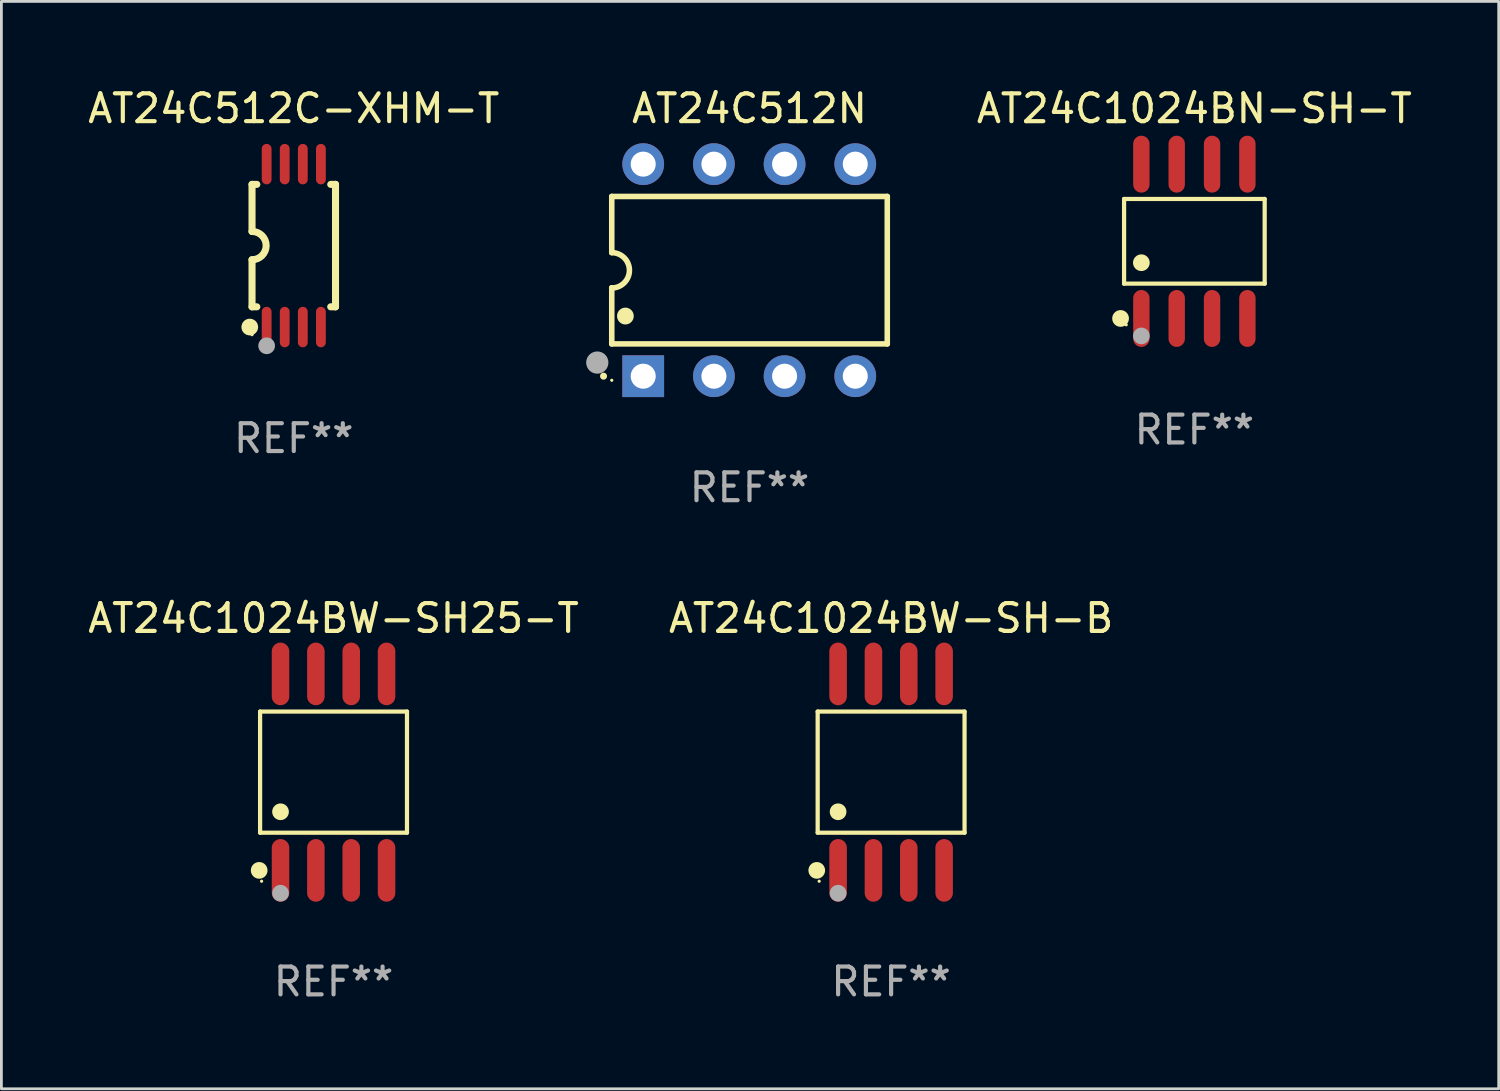
<source format=kicad_pcb>
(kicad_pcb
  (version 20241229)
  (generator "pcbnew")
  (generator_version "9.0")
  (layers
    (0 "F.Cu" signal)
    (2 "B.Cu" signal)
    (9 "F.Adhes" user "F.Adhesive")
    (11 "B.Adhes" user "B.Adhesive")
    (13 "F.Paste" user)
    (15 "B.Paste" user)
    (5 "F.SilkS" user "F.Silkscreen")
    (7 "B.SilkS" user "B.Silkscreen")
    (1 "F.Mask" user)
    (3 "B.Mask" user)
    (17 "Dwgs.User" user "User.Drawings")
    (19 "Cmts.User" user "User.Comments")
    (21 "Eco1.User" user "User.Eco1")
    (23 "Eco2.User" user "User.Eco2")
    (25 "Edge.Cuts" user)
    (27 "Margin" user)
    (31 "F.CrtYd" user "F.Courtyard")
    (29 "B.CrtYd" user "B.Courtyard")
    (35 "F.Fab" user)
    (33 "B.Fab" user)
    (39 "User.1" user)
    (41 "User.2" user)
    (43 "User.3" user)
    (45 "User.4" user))
  (footprint "AT24C1024BW-SH-B"
    (layer "F.Cu")
    (at 28.97 24.695)
    (property "Reference" "AT24C1024BW-SH-B" (at 0 -5.53 0) (layer "F.SilkS") (effects (font (size 1 1) (thickness 0.15))))
    (attr through_hole)
    (fp_line (start -2.639 -2.176) (end 2.639 -2.176) (stroke (width 0.152) (type solid)) (layer "F.SilkS"))
    (fp_line (start -2.639 2.176) (end -2.639 -2.176) (stroke (width 0.152) (type solid)) (layer "F.SilkS"))
    (fp_line (start 2.639 -2.176) (end 2.639 2.176) (stroke (width 0.152) (type solid)) (layer "F.SilkS"))
    (fp_line (start 2.639 2.176) (end -2.639 2.176) (stroke (width 0.152) (type solid)) (layer "F.SilkS"))
    (fp_circle (center -2.672 3.53) (end -2.522 3.53) (stroke (width 0.3) (type solid)) (fill no) (layer "F.SilkS"))
    (fp_circle (center -2.585 3.92) (end -2.555 3.92) (stroke (width 0.06) (type solid)) (fill no) (layer "F.SilkS"))
    (fp_circle (center -1.905 1.424) (end -1.755 1.424) (stroke (width 0.3) (type solid)) (fill no) (layer "F.SilkS"))
    (fp_circle (center -1.905 4.35) (end -1.755 4.35) (stroke (width 0.3) (type solid)) (fill no) (layer "F.Fab"))
    (fp_text user "REF**" (at 0 7.53 0) (layer "F.Fab") (effects (font (size 1 1) (thickness 0.15))))
    (pad "1" smd oval (at -1.905 3.53) (size 0.63 2.25) (layers "F.Cu" "F.Mask" "F.Paste"))
    (pad "2" smd oval (at -0.635 3.53) (size 0.63 2.25) (layers "F.Cu" "F.Mask" "F.Paste"))
    (pad "3" smd oval (at 0.635 3.53) (size 0.63 2.25) (layers "F.Cu" "F.Mask" "F.Paste"))
    (pad "4" smd oval (at 1.905 3.53) (size 0.63 2.25) (layers "F.Cu" "F.Mask" "F.Paste"))
    (pad "5" smd oval (at 1.905 -3.53) (size 0.63 2.25) (layers "F.Cu" "F.Mask" "F.Paste"))
    (pad "6" smd oval (at 0.635 -3.53) (size 0.63 2.25) (layers "F.Cu" "F.Mask" "F.Paste"))
    (pad "7" smd oval (at -0.635 -3.53) (size 0.63 2.25) (layers "F.Cu" "F.Mask" "F.Paste"))
    (pad "8" smd oval (at -1.905 -3.53) (size 0.63 2.25) (layers "F.Cu" "F.Mask" "F.Paste")))
  (footprint "AT24C1024BN-SH-T"
    (layer "F.Cu")
    (at 39.867 5.621)
    (property "Reference" "AT24C1024BN-SH-T" (at 0 -4.772 0) (layer "F.SilkS") (effects (font (size 1 1) (thickness 0.15))))
    (attr through_hole)
    (fp_line (start -2.526 -1.521) (end 2.526 -1.521) (stroke (width 0.152) (type solid)) (layer "F.SilkS"))
    (fp_line (start -2.526 1.521) (end -2.526 -1.521) (stroke (width 0.152) (type solid)) (layer "F.SilkS"))
    (fp_line (start 2.526 -1.521) (end 2.526 1.521) (stroke (width 0.152) (type solid)) (layer "F.SilkS"))
    (fp_line (start 2.526 1.521) (end -2.526 1.521) (stroke (width 0.152) (type solid)) (layer "F.SilkS"))
    (fp_circle (center -2.652 2.772) (end -2.501 2.772) (stroke (width 0.3) (type solid)) (fill no) (layer "F.SilkS"))
    (fp_circle (center -2.45 3) (end -2.42 3) (stroke (width 0.06) (type solid)) (fill no) (layer "F.SilkS"))
    (fp_circle (center -1.905 0.769) (end -1.755 0.769) (stroke (width 0.3) (type solid)) (fill no) (layer "F.SilkS"))
    (fp_circle (center -1.905 3.4) (end -1.755 3.4) (stroke (width 0.3) (type solid)) (fill no) (layer "F.Fab"))
    (fp_text user "REF**" (at 0 6.772 0) (layer "F.Fab") (effects (font (size 1 1) (thickness 0.15))))
    (pad "1" smd oval (at -1.905 2.772) (size 0.588 2.045) (layers "F.Cu" "F.Mask" "F.Paste"))
    (pad "2" smd oval (at -0.635 2.772) (size 0.588 2.045) (layers "F.Cu" "F.Mask" "F.Paste"))
    (pad "3" smd oval (at 0.635 2.772) (size 0.588 2.045) (layers "F.Cu" "F.Mask" "F.Paste"))
    (pad "4" smd oval (at 1.905 2.772) (size 0.588 2.045) (layers "F.Cu" "F.Mask" "F.Paste"))
    (pad "5" smd oval (at 1.905 -2.772) (size 0.588 2.045) (layers "F.Cu" "F.Mask" "F.Paste"))
    (pad "6" smd oval (at 0.635 -2.772) (size 0.588 2.045) (layers "F.Cu" "F.Mask" "F.Paste"))
    (pad "7" smd oval (at -0.635 -2.772) (size 0.588 2.045) (layers "F.Cu" "F.Mask" "F.Paste"))
    (pad "8" smd oval (at -1.905 -2.772) (size 0.588 2.045) (layers "F.Cu" "F.Mask" "F.Paste")))
  (footprint "AT24C512C-XHM-T"
    (layer "F.Cu")
    (at 7.506 5.775)
    (property "Reference" "AT24C512C-XHM-T" (at 0 -4.927 0) (layer "F.SilkS") (effects (font (size 1 1) (thickness 0.15))))
    (attr through_hole)
    (fp_line (start -1.5 -2.2) (end -1.5 -0.508) (stroke (width 0.254) (type solid)) (layer "F.SilkS"))
    (fp_line (start -1.5 -2.2) (end -1.328 -2.2) (stroke (width 0.254) (type solid)) (layer "F.SilkS"))
    (fp_line (start -1.5 2.2) (end -1.5 0.508) (stroke (width 0.254) (type solid)) (layer "F.SilkS"))
    (fp_line (start -1.5 2.2) (end -1.328 2.2) (stroke (width 0.254) (type solid)) (layer "F.SilkS"))
    (fp_line (start 1.328 -2.2) (end 1.5 -2.2) (stroke (width 0.254) (type solid)) (layer "F.SilkS"))
    (fp_line (start 1.328 2.2) (end 1.5 2.2) (stroke (width 0.254) (type solid)) (layer "F.SilkS"))
    (fp_line (start 1.5 -2.2) (end 1.5 2.2) (stroke (width 0.254) (type solid)) (layer "F.SilkS"))
    (fp_arc (start -1.501144 -0.508) (mid -0.993143 -0.000571) (end -1.5 0.508001) (stroke (width 0.254001) (type solid)) (layer "F.SilkS"))
    (fp_circle (center -1.581 2.927) (end -1.431 2.927) (stroke (width 0.3) (type solid)) (fill no) (layer "F.SilkS"))
    (fp_circle (center -1.5 3.2) (end -1.47 3.2) (stroke (width 0.06) (type solid)) (fill no) (layer "F.SilkS"))
    (fp_circle (center -0.975 3.6) (end -0.825 3.6) (stroke (width 0.3) (type solid)) (fill no) (layer "F.Fab"))
    (fp_text user "REF**" (at 0 6.927 0) (layer "F.Fab") (effects (font (size 1 1) (thickness 0.15))))
    (pad "1" smd oval (at -0.975 2.927) (size 0.353 1.454) (layers "F.Cu" "F.Mask" "F.Paste"))
    (pad "2" smd oval (at -0.325 2.927) (size 0.353 1.454) (layers "F.Cu" "F.Mask" "F.Paste"))
    (pad "3" smd oval (at 0.325 2.927) (size 0.353 1.454) (layers "F.Cu" "F.Mask" "F.Paste"))
    (pad "4" smd oval (at 0.975 2.927) (size 0.353 1.454) (layers "F.Cu" "F.Mask" "F.Paste"))
    (pad "5" smd oval (at 0.975 -2.927) (size 0.353 1.454) (layers "F.Cu" "F.Mask" "F.Paste"))
    (pad "6" smd oval (at 0.325 -2.927) (size 0.353 1.454) (layers "F.Cu" "F.Mask" "F.Paste"))
    (pad "7" smd oval (at -0.325 -2.927) (size 0.353 1.454) (layers "F.Cu" "F.Mask" "F.Paste"))
    (pad "8" smd oval (at -0.975 -2.927) (size 0.353 1.454) (layers "F.Cu" "F.Mask" "F.Paste")))
  (footprint "AT24C1024BW-SH25-T"
    (layer "F.Cu")
    (at 8.935 24.695)
    (property "Reference" "AT24C1024BW-SH25-T" (at 0 -5.53 0) (layer "F.SilkS") (effects (font (size 1 1) (thickness 0.15))))
    (attr through_hole)
    (fp_line (start -2.639 -2.176) (end 2.639 -2.176) (stroke (width 0.152) (type solid)) (layer "F.SilkS"))
    (fp_line (start -2.639 2.176) (end -2.639 -2.176) (stroke (width 0.152) (type solid)) (layer "F.SilkS"))
    (fp_line (start 2.639 -2.176) (end 2.639 2.176) (stroke (width 0.152) (type solid)) (layer "F.SilkS"))
    (fp_line (start 2.639 2.176) (end -2.639 2.176) (stroke (width 0.152) (type solid)) (layer "F.SilkS"))
    (fp_circle (center -2.672 3.53) (end -2.522 3.53) (stroke (width 0.3) (type solid)) (fill no) (layer "F.SilkS"))
    (fp_circle (center -2.585 3.92) (end -2.555 3.92) (stroke (width 0.06) (type solid)) (fill no) (layer "F.SilkS"))
    (fp_circle (center -1.905 1.424) (end -1.755 1.424) (stroke (width 0.3) (type solid)) (fill no) (layer "F.SilkS"))
    (fp_circle (center -1.905 4.35) (end -1.755 4.35) (stroke (width 0.3) (type solid)) (fill no) (layer "F.Fab"))
    (fp_text user "REF**" (at 0 7.53 0) (layer "F.Fab") (effects (font (size 1 1) (thickness 0.15))))
    (pad "1" smd oval (at -1.905 3.53) (size 0.63 2.25) (layers "F.Cu" "F.Mask" "F.Paste"))
    (pad "2" smd oval (at -0.635 3.53) (size 0.63 2.25) (layers "F.Cu" "F.Mask" "F.Paste"))
    (pad "3" smd oval (at 0.635 3.53) (size 0.63 2.25) (layers "F.Cu" "F.Mask" "F.Paste"))
    (pad "4" smd oval (at 1.905 3.53) (size 0.63 2.25) (layers "F.Cu" "F.Mask" "F.Paste"))
    (pad "5" smd oval (at 1.905 -3.53) (size 0.63 2.25) (layers "F.Cu" "F.Mask" "F.Paste"))
    (pad "6" smd oval (at 0.635 -3.53) (size 0.63 2.25) (layers "F.Cu" "F.Mask" "F.Paste"))
    (pad "7" smd oval (at -0.635 -3.53) (size 0.63 2.25) (layers "F.Cu" "F.Mask" "F.Paste"))
    (pad "8" smd oval (at -1.905 -3.53) (size 0.63 2.25) (layers "F.Cu" "F.Mask" "F.Paste")))
  (footprint "AT24C512N"
    (layer "F.Cu")
    (at 23.882 6.658)
    (property "Reference" "AT24C512N" (at 0 -5.81 0) (layer "F.SilkS") (effects (font (size 1 1) (thickness 0.15))))
    (attr through_hole)
    (fp_line (start -4.95 -2.649) (end 4.95 -2.649) (stroke (width 0.2) (type solid)) (layer "F.SilkS"))
    (fp_line (start -4.95 -0.635) (end -4.95 -2.649) (stroke (width 0.2) (type solid)) (layer "F.SilkS"))
    (fp_line (start -4.95 0.635) (end -4.95 0.64) (stroke (width 0.2) (type solid)) (layer "F.SilkS"))
    (fp_line (start -4.95 2.649) (end -4.95 0.635) (stroke (width 0.2) (type solid)) (layer "F.SilkS"))
    (fp_line (start -4.95 -0.64) (end -4.95 -0.635) (stroke (width 0.2) (type solid)) (layer "F.SilkS"))
    (fp_line (start 4.95 -2.649) (end 4.95 2.649) (stroke (width 0.2) (type solid)) (layer "F.SilkS"))
    (fp_line (start 4.95 2.649) (end -4.95 2.649) (stroke (width 0.2) (type solid)) (layer "F.SilkS"))
    (fp_arc (start -5.24511 3.810008) (mid -5.245117 3.808738) (end -5.24511 3.807468) (stroke (width 0.25) (type solid)) (layer "F.SilkS"))
    (fp_arc (start -4.950165 -0.629997) (mid -4.315164 0.005004) (end -4.950165 0.640005) (stroke (width 0.2) (type solid)) (layer "F.SilkS"))
    (fp_arc (start -4.460249 1.651003) (mid -4.46026 1.648463) (end -4.460249 1.645923) (stroke (width 0.6) (type solid)) (layer "F.SilkS"))
    (fp_circle (center -4.95 3.956) (end -4.92 3.956) (stroke (width 0.06) (type solid)) (fill no) (layer "F.SilkS"))
    (fp_circle (center -5.47 3.32) (end -5.27 3.32) (stroke (width 0.4) (type solid)) (fill no) (layer "F.Fab"))
    (fp_text user "REF**" (at 0 7.81 0) (layer "F.Fab") (effects (font (size 1 1) (thickness 0.15))))
    (pad "1" thru_hole rect (at -3.82 3.81) (size 1.5 1.5) (drill 0.9) (layers "*.Cu" "*.Mask"))
    (pad "2" thru_hole circle (at -1.28 3.81) (size 1.5 1.5) (drill 0.9) (layers "*.Cu" "*.Mask"))
    (pad "3" thru_hole circle (at 1.26 3.81) (size 1.5 1.5) (drill 0.9) (layers "*.Cu" "*.Mask"))
    (pad "4" thru_hole circle (at 3.8 3.81) (size 1.5 1.5) (drill 0.9) (layers "*.Cu" "*.Mask"))
    (pad "5" thru_hole circle (at 3.8 -3.81) (size 1.5 1.5) (drill 0.9) (layers "*.Cu" "*.Mask"))
    (pad "6" thru_hole circle (at 1.26 -3.81) (size 1.5 1.5) (drill 0.9) (layers "*.Cu" "*.Mask"))
    (pad "7" thru_hole circle (at -1.28 -3.81) (size 1.5 1.5) (drill 0.9) (layers "*.Cu" "*.Mask"))
    (pad "8" thru_hole circle (at -3.82 -3.81) (size 1.5 1.5) (drill 0.9) (layers "*.Cu" "*.Mask")))
  (gr_rect
    (start -3 -3)
    (end 50.802 36.073)
    (stroke (width 0.1) (type default))
    (fill no)
    (layer "Edge.Cuts")))
</source>
